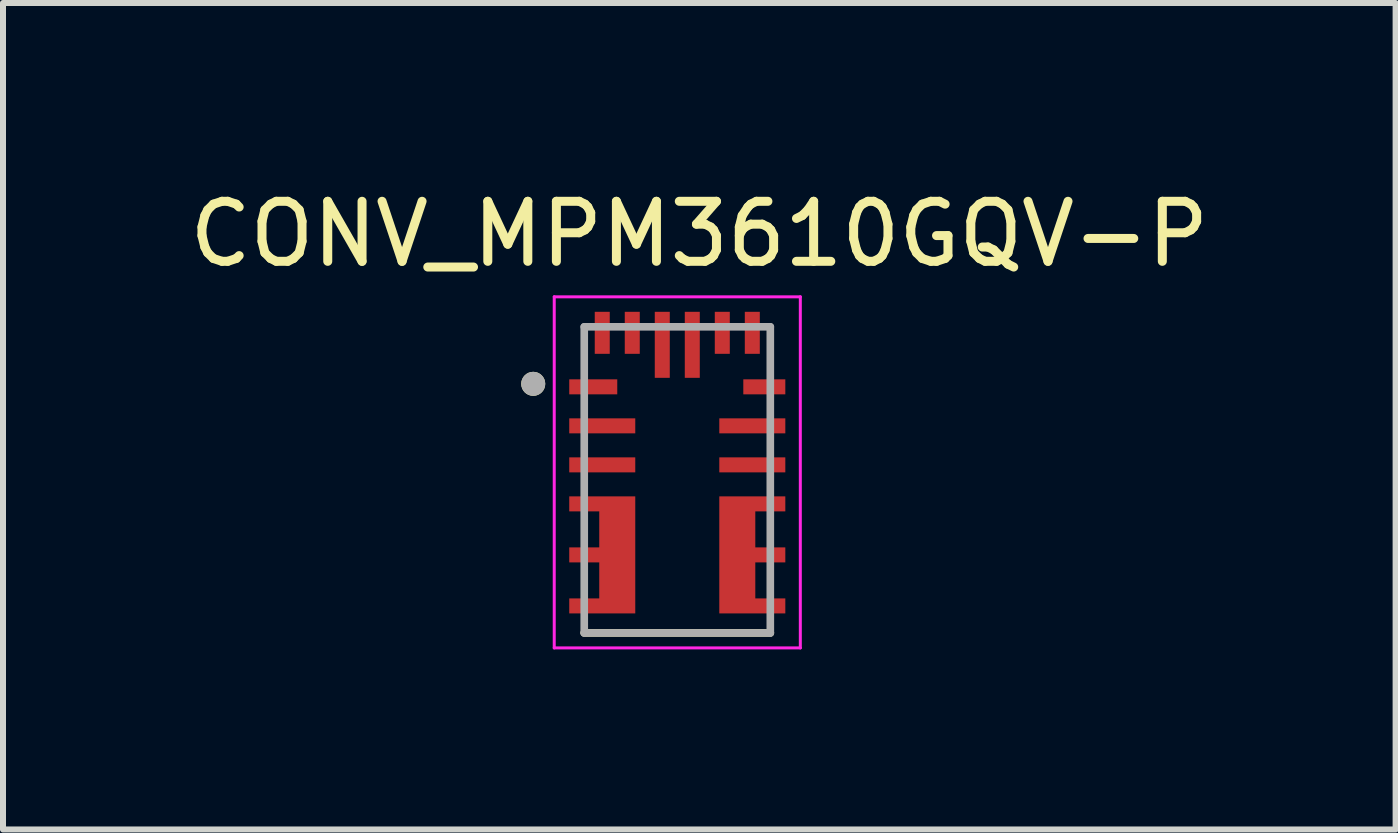
<source format=kicad_pcb>
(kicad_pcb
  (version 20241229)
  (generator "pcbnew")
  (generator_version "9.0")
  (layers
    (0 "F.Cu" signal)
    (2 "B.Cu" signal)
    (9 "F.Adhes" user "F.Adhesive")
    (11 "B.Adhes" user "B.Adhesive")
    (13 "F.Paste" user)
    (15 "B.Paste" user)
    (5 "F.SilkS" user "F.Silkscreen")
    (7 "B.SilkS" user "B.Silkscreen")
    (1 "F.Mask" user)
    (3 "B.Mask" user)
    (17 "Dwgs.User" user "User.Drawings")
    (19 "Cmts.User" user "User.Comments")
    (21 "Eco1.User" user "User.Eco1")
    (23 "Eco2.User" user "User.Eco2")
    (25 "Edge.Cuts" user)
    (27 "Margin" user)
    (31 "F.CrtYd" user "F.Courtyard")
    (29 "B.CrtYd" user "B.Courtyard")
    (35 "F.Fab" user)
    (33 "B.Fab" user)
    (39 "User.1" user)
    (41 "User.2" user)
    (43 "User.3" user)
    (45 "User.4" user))
  (footprint "CONV_MPM3610GQV-P"
    (layer "F.Cu")
    (at 8.234 4.945)
    (property "Reference" "CONV_MPM3610GQV-P" (at 0.367 -4.096 0) (layer "F.SilkS") (effects (font (size 1 1) (thickness 0.15))))
    (attr smd)
    (fp_poly (pts (xy -1.9 0.175) (xy -0.6 0.175) (xy -0.6 2.325) (xy -1.9 2.325) (xy -1.9 1.875) (xy -1.4 1.875) (xy -1.4 1.475) (xy -1.9 1.475) (xy -1.9 1.025) (xy -1.4 1.025) (xy -1.4 0.625) (xy -1.9 0.625) (xy -1.9 0.2)) (stroke (width 0.0001) (type solid)) (fill yes) (layer "F.Mask"))
    (fp_poly (pts (xy 1.9 0.175) (xy 0.6 0.175) (xy 0.6 2.325) (xy 1.9 2.325) (xy 1.9 1.875) (xy 1.4 1.875) (xy 1.4 1.475) (xy 1.9 1.475) (xy 1.9 1.025) (xy 1.4 1.025) (xy 1.4 0.625) (xy 1.9 0.625) (xy 1.9 0.2)) (stroke (width 0.0001) (type solid)) (fill yes) (layer "F.Mask"))
    (fp_line (start -1.55 2.55) (end 1.55 2.55) (stroke (width 0.127) (type solid)) (layer "F.SilkS"))
    (fp_circle (center -2.4 -1.6) (end -2.3 -1.6) (stroke (width 0.2) (type solid)) (fill no) (layer "F.SilkS"))
    (fp_poly (pts (xy -0.7 0.275) (xy -0.7 2.225) (xy -1.8 2.225) (xy -1.8 1.975) (xy -1.3 1.975) (xy -1.3 1.375) (xy -1.8 1.375) (xy -1.8 1.125) (xy -1.3 1.125) (xy -1.3 0.525) (xy -1.8 0.525) (xy -1.8 0.275)) (stroke (width 0.0001) (type solid)) (fill yes) (layer "F.Paste"))
    (fp_poly (pts (xy 0.7 0.275) (xy 0.7 2.225) (xy 1.3 2.225) (xy 1.8 2.225) (xy 1.8 1.975) (xy 1.3 1.975) (xy 1.3 1.375) (xy 1.8 1.375) (xy 1.8 1.125) (xy 1.3 1.125) (xy 1.3 0.525) (xy 1.8 0.525) (xy 1.8 0.275)) (stroke (width 0.0001) (type solid)) (fill yes) (layer "F.Paste"))
    (fp_line (start -2.05 -3.05) (end 2.05 -3.05) (stroke (width 0.05) (type solid)) (layer "F.CrtYd"))
    (fp_line (start -2.05 2.8) (end -2.05 -3.05) (stroke (width 0.05) (type solid)) (layer "F.CrtYd"))
    (fp_line (start 2.05 -3.05) (end 2.05 2.8) (stroke (width 0.05) (type solid)) (layer "F.CrtYd"))
    (fp_line (start 2.05 2.8) (end -2.05 2.8) (stroke (width 0.05) (type solid)) (layer "F.CrtYd"))
    (fp_line (start -1.55 -2.55) (end -1.55 2.55) (stroke (width 0.127) (type solid)) (layer "F.Fab"))
    (fp_line (start -1.55 2.55) (end 1.55 2.55) (stroke (width 0.127) (type solid)) (layer "F.Fab"))
    (fp_line (start 1.55 -2.55) (end -1.55 -2.55) (stroke (width 0.127) (type solid)) (layer "F.Fab"))
    (fp_line (start 1.55 2.55) (end 1.55 -2.55) (stroke (width 0.127) (type solid)) (layer "F.Fab"))
    (fp_circle (center -2.4 -1.6) (end -2.3 -1.6) (stroke (width 0.2) (type solid)) (fill no) (layer "F.Fab"))
    (pad "1" smd rect (at -1.4 -1.55) (size 0.8 0.25) (layers "F.Cu" "F.Mask" "F.Paste"))
    (pad "2" smd rect (at -1.25 -0.9) (size 1.1 0.25) (layers "F.Cu" "F.Mask" "F.Paste"))
    (pad "3" smd rect (at -1.25 -0.25) (size 1.1 0.25) (layers "F.Cu" "F.Mask" "F.Paste"))
    (pad "6" smd custom (at -1 1.3) (size 0.5 0.5) (layers "F.Cu") (options (anchor rect)) (primitives (gr_poly (pts (xy 0.3 -1.025) (xy 0.3 0.925) (xy -0.8 0.925) (xy -0.8 0.675) (xy -0.3 0.675) (xy -0.3 0.075) (xy -0.8 0.075) (xy -0.8 -0.175) (xy -0.3 -0.175) (xy -0.3 -0.775) (xy -0.8 -0.775) (xy -0.8 -1.025)) (width 0.0001) (fill yes))))
    (pad "7" smd custom (at 1 1.3) (size 0.5 0.5) (layers "F.Cu") (options (anchor rect)) (primitives (gr_poly (pts (xy -0.3 -1.025) (xy -0.3 0.925) (xy 0.3 0.925) (xy 0.8 0.925) (xy 0.8 0.675) (xy 0.3 0.675) (xy 0.3 0.075) (xy 0.8 0.075) (xy 0.8 -0.175) (xy 0.3 -0.175) (xy 0.3 -0.775) (xy 0.8 -0.775) (xy 0.8 -1.025)) (width 0.0001) (fill yes))))
    (pad "10" smd rect (at 1.25 -0.25) (size 1.1 0.25) (layers "F.Cu" "F.Mask" "F.Paste"))
    (pad "11" smd rect (at 1.25 -0.9) (size 1.1 0.25) (layers "F.Cu" "F.Mask" "F.Paste"))
    (pad "12" smd rect (at 1.45 -1.55) (size 0.7 0.25) (layers "F.Cu" "F.Mask" "F.Paste"))
    (pad "13" smd rect (at 1.25 -2.45) (size 0.25 0.7) (layers "F.Cu" "F.Mask" "F.Paste"))
    (pad "14" smd rect (at 0.75 -2.45) (size 0.25 0.7) (layers "F.Cu" "F.Mask" "F.Paste"))
    (pad "15" smd rect (at 0.25 -2.25) (size 0.25 1.1) (layers "F.Cu" "F.Mask" "F.Paste"))
    (pad "16" smd rect (at -0.25 -2.25) (size 0.25 1.1) (layers "F.Cu" "F.Mask" "F.Paste"))
    (pad "17" smd rect (at -0.75 -2.45) (size 0.25 0.7) (layers "F.Cu" "F.Mask" "F.Paste"))
    (pad "18" smd rect (at -1.25 -2.45) (size 0.25 0.7) (layers "F.Cu" "F.Mask" "F.Paste"))
    (zone (net_name "") (layer "F.Cu") (hatch full 0.508) (connect_pads) (min_thickness 0.01) (filled_areas_thickness no) (keepout (tracks not_allowed) (vias not_allowed) (pads not_allowed) (copperpour not_allowed) (footprints allowed)) (placement (enabled no)) (fill) (polygon (pts (xy 7.659 3.975) (xy 8.809 3.975) (xy 8.809 4.765) (xy 7.659 4.765))))
    (zone (net_name "") (layers "F.Cu" "B.Cu") (hatch full 0.508) (connect_pads) (min_thickness 0.01) (filled_areas_thickness no) (keepout (tracks allowed) (vias not_allowed) (pads allowed) (copperpour allowed) (footprints allowed)) (placement (enabled no)) (fill) (polygon (pts (xy 7.659 3.975) (xy 8.809 3.975) (xy 8.809 4.765) (xy 7.659 4.765)))))
  (gr_rect
    (start -3 -3)
    (end 20.202 10.77)
    (stroke (width 0.1) (type default))
    (fill no)
    (layer "Edge.Cuts")))
</source>
